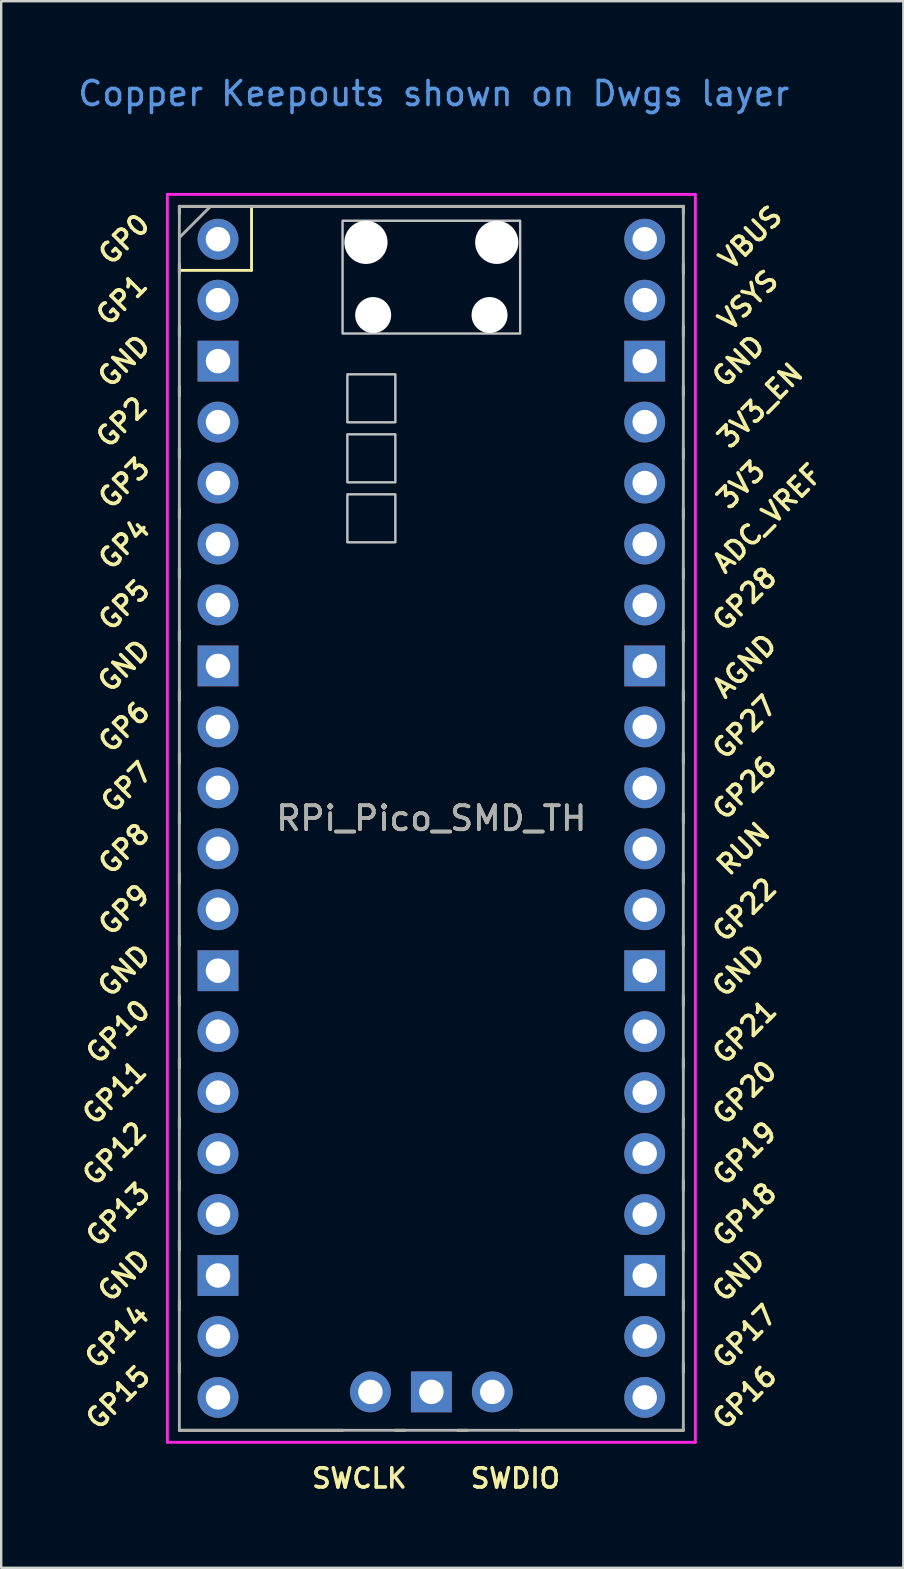
<source format=kicad_pcb>
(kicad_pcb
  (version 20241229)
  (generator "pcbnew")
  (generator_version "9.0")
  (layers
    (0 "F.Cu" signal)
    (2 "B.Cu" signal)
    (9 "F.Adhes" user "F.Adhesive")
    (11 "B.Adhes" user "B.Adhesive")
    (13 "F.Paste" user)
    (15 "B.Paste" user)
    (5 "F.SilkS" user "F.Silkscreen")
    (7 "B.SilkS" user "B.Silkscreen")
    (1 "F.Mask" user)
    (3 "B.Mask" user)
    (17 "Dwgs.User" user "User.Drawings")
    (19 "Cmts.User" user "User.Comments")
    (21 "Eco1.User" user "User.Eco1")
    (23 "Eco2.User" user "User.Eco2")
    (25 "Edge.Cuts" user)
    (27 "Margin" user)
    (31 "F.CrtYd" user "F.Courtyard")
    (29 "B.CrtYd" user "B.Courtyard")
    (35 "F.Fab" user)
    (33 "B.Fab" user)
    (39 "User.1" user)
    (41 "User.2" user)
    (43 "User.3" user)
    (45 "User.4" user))
  (footprint "RPi_Pico_SMD_TH"
    (layer "F.Cu")
    (at 14.924 31.048)
    (property "Reference" "RPi_Pico_SMD_TH" (at 0 0 0) (layer "F.SilkS") (effects (font (size 1 1) (thickness 0.15))))
    (attr through_hole)
    (fp_line (start -10.5 -25.5) (end -10.5 -25.2) (stroke (width 0.12) (type solid)) (layer "F.SilkS"))
    (fp_line (start -10.5 -25.5) (end 10.5 -25.5) (stroke (width 0.12) (type solid)) (layer "F.SilkS"))
    (fp_line (start -10.5 -23.1) (end -10.5 -22.7) (stroke (width 0.12) (type solid)) (layer "F.SilkS"))
    (fp_line (start -10.5 -22.833) (end -7.493 -22.833) (stroke (width 0.12) (type solid)) (layer "F.SilkS"))
    (fp_line (start -10.5 -20.5) (end -10.5 -20.1) (stroke (width 0.12) (type solid)) (layer "F.SilkS"))
    (fp_line (start -10.5 -18) (end -10.5 -17.6) (stroke (width 0.12) (type solid)) (layer "F.SilkS"))
    (fp_line (start -10.5 -15.4) (end -10.5 -15) (stroke (width 0.12) (type solid)) (layer "F.SilkS"))
    (fp_line (start -10.5 -12.9) (end -10.5 -12.5) (stroke (width 0.12) (type solid)) (layer "F.SilkS"))
    (fp_line (start -10.5 -10.4) (end -10.5 -10) (stroke (width 0.12) (type solid)) (layer "F.SilkS"))
    (fp_line (start -10.5 -7.8) (end -10.5 -7.4) (stroke (width 0.12) (type solid)) (layer "F.SilkS"))
    (fp_line (start -10.5 -5.3) (end -10.5 -4.9) (stroke (width 0.12) (type solid)) (layer "F.SilkS"))
    (fp_line (start -10.5 -2.7) (end -10.5 -2.3) (stroke (width 0.12) (type solid)) (layer "F.SilkS"))
    (fp_line (start -10.5 -0.2) (end -10.5 0.2) (stroke (width 0.12) (type solid)) (layer "F.SilkS"))
    (fp_line (start -10.5 2.3) (end -10.5 2.7) (stroke (width 0.12) (type solid)) (layer "F.SilkS"))
    (fp_line (start -10.5 4.9) (end -10.5 5.3) (stroke (width 0.12) (type solid)) (layer "F.SilkS"))
    (fp_line (start -10.5 7.4) (end -10.5 7.8) (stroke (width 0.12) (type solid)) (layer "F.SilkS"))
    (fp_line (start -10.5 10) (end -10.5 10.4) (stroke (width 0.12) (type solid)) (layer "F.SilkS"))
    (fp_line (start -10.5 12.5) (end -10.5 12.9) (stroke (width 0.12) (type solid)) (layer "F.SilkS"))
    (fp_line (start -10.5 15.1) (end -10.5 15.5) (stroke (width 0.12) (type solid)) (layer "F.SilkS"))
    (fp_line (start -10.5 17.6) (end -10.5 18) (stroke (width 0.12) (type solid)) (layer "F.SilkS"))
    (fp_line (start -10.5 20.1) (end -10.5 20.5) (stroke (width 0.12) (type solid)) (layer "F.SilkS"))
    (fp_line (start -10.5 22.7) (end -10.5 23.1) (stroke (width 0.12) (type solid)) (layer "F.SilkS"))
    (fp_line (start -7.493 -22.833) (end -7.493 -25.5) (stroke (width 0.12) (type solid)) (layer "F.SilkS"))
    (fp_line (start -3.7 25.5) (end -10.5 25.5) (stroke (width 0.12) (type solid)) (layer "F.SilkS"))
    (fp_line (start -1.5 25.5) (end -1.1 25.5) (stroke (width 0.12) (type solid)) (layer "F.SilkS"))
    (fp_line (start 1.1 25.5) (end 1.5 25.5) (stroke (width 0.12) (type solid)) (layer "F.SilkS"))
    (fp_line (start 10.5 -25.5) (end 10.5 -25.2) (stroke (width 0.12) (type solid)) (layer "F.SilkS"))
    (fp_line (start 10.5 -23.1) (end 10.5 -22.7) (stroke (width 0.12) (type solid)) (layer "F.SilkS"))
    (fp_line (start 10.5 -20.5) (end 10.5 -20.1) (stroke (width 0.12) (type solid)) (layer "F.SilkS"))
    (fp_line (start 10.5 -18) (end 10.5 -17.6) (stroke (width 0.12) (type solid)) (layer "F.SilkS"))
    (fp_line (start 10.5 -15.4) (end 10.5 -15) (stroke (width 0.12) (type solid)) (layer "F.SilkS"))
    (fp_line (start 10.5 -12.9) (end 10.5 -12.5) (stroke (width 0.12) (type solid)) (layer "F.SilkS"))
    (fp_line (start 10.5 -10.4) (end 10.5 -10) (stroke (width 0.12) (type solid)) (layer "F.SilkS"))
    (fp_line (start 10.5 -7.8) (end 10.5 -7.4) (stroke (width 0.12) (type solid)) (layer "F.SilkS"))
    (fp_line (start 10.5 -5.3) (end 10.5 -4.9) (stroke (width 0.12) (type solid)) (layer "F.SilkS"))
    (fp_line (start 10.5 -2.7) (end 10.5 -2.3) (stroke (width 0.12) (type solid)) (layer "F.SilkS"))
    (fp_line (start 10.5 -0.2) (end 10.5 0.2) (stroke (width 0.12) (type solid)) (layer "F.SilkS"))
    (fp_line (start 10.5 2.3) (end 10.5 2.7) (stroke (width 0.12) (type solid)) (layer "F.SilkS"))
    (fp_line (start 10.5 4.9) (end 10.5 5.3) (stroke (width 0.12) (type solid)) (layer "F.SilkS"))
    (fp_line (start 10.5 7.4) (end 10.5 7.8) (stroke (width 0.12) (type solid)) (layer "F.SilkS"))
    (fp_line (start 10.5 10) (end 10.5 10.4) (stroke (width 0.12) (type solid)) (layer "F.SilkS"))
    (fp_line (start 10.5 12.5) (end 10.5 12.9) (stroke (width 0.12) (type solid)) (layer "F.SilkS"))
    (fp_line (start 10.5 15.1) (end 10.5 15.5) (stroke (width 0.12) (type solid)) (layer "F.SilkS"))
    (fp_line (start 10.5 17.6) (end 10.5 18) (stroke (width 0.12) (type solid)) (layer "F.SilkS"))
    (fp_line (start 10.5 20.1) (end 10.5 20.5) (stroke (width 0.12) (type solid)) (layer "F.SilkS"))
    (fp_line (start 10.5 22.7) (end 10.5 23.1) (stroke (width 0.12) (type solid)) (layer "F.SilkS"))
    (fp_line (start 10.5 25.5) (end 3.7 25.5) (stroke (width 0.12) (type solid)) (layer "F.SilkS"))
    (fp_poly (pts (xy -1.5 -16.5) (xy -3.5 -16.5) (xy -3.5 -18.5) (xy -1.5 -18.5)) (stroke (width 0.1) (type solid)) (fill no) (layer "Dwgs.User"))
    (fp_poly (pts (xy -1.5 -14) (xy -3.5 -14) (xy -3.5 -16) (xy -1.5 -16)) (stroke (width 0.1) (type solid)) (fill no) (layer "Dwgs.User"))
    (fp_poly (pts (xy -1.5 -11.5) (xy -3.5 -11.5) (xy -3.5 -13.5) (xy -1.5 -13.5)) (stroke (width 0.1) (type solid)) (fill no) (layer "Dwgs.User"))
    (fp_poly (pts (xy 3.7 -20.2) (xy -3.7 -20.2) (xy -3.7 -24.9) (xy 3.7 -24.9)) (stroke (width 0.1) (type solid)) (fill no) (layer "Dwgs.User"))
    (fp_line (start -11 -26) (end -11 26) (stroke (width 0.12) (type solid)) (layer "F.CrtYd"))
    (fp_line (start -11 -26) (end 11 -26) (stroke (width 0.12) (type solid)) (layer "F.CrtYd"))
    (fp_line (start -11 26) (end 11 26) (stroke (width 0.12) (type solid)) (layer "F.CrtYd"))
    (fp_line (start 11 -26) (end 11 26) (stroke (width 0.12) (type solid)) (layer "F.CrtYd"))
    (fp_line (start -10.5 -25.5) (end 10.5 -25.5) (stroke (width 0.12) (type solid)) (layer "F.Fab"))
    (fp_line (start -10.5 -24.2) (end -9.2 -25.5) (stroke (width 0.12) (type solid)) (layer "F.Fab"))
    (fp_line (start -10.5 25.5) (end -10.5 -25.5) (stroke (width 0.12) (type solid)) (layer "F.Fab"))
    (fp_line (start 10.5 -25.5) (end 10.5 25.5) (stroke (width 0.12) (type solid)) (layer "F.Fab"))
    (fp_line (start 10.5 25.5) (end -10.5 25.5) (stroke (width 0.12) (type solid)) (layer "F.Fab"))
    (fp_text user "GND" (at 12.8 6.35 45) (layer "F.SilkS") (effects (font (size 0.8 0.8) (thickness 0.15))))
    (fp_text user "GP27" (at 13.054 -3.8 45) (layer "F.SilkS") (effects (font (size 0.8 0.8) (thickness 0.15))))
    (fp_text user "GND" (at 12.8 -19.05 45) (layer "F.SilkS") (effects (font (size 0.8 0.8) (thickness 0.15))))
    (fp_text user "3V3" (at 12.9 -13.9 45) (layer "F.SilkS") (effects (font (size 0.8 0.8) (thickness 0.15))))
    (fp_text user "GND" (at 12.8 19.05 45) (layer "F.SilkS") (effects (font (size 0.8 0.8) (thickness 0.15))))
    (fp_text user "SWDIO" (at 3.5 27.5 0) (layer "F.SilkS") (effects (font (size 0.8 0.8) (thickness 0.15))))
    (fp_text user "GP16" (at 13.054 24.13 45) (layer "F.SilkS") (effects (font (size 0.8 0.8) (thickness 0.15))))
    (fp_text user "GP21" (at 13.054 8.9 45) (layer "F.SilkS") (effects (font (size 0.8 0.8) (thickness 0.15))))
    (fp_text user "GP26" (at 13.054 -1.27 45) (layer "F.SilkS") (effects (font (size 0.8 0.8) (thickness 0.15))))
    (fp_text user "GND" (at -12.8 6.35 45) (layer "F.SilkS") (effects (font (size 0.8 0.8) (thickness 0.15))))
    (fp_text user "VSYS" (at 13.2 -21.59 45) (layer "F.SilkS") (effects (font (size 0.8 0.8) (thickness 0.15))))
    (fp_text user "GND" (at -12.8 -6.35 45) (layer "F.SilkS") (effects (font (size 0.8 0.8) (thickness 0.15))))
    (fp_text user "3V3_EN" (at 13.7 -17.2 45) (layer "F.SilkS") (effects (font (size 0.8 0.8) (thickness 0.15))))
    (fp_text user "GP4" (at -12.8 -11.43 45) (layer "F.SilkS") (effects (font (size 0.8 0.8) (thickness 0.15))))
    (fp_text user "VBUS" (at 13.3 -24.2 45) (layer "F.SilkS") (effects (font (size 0.8 0.8) (thickness 0.15))))
    (fp_text user "GP13" (at -13.054 16.51 45) (layer "F.SilkS") (effects (font (size 0.8 0.8) (thickness 0.15))))
    (fp_text user "GP28" (at 13.054 -9.144 45) (layer "F.SilkS") (effects (font (size 0.8 0.8) (thickness 0.15))))
    (fp_text user "GP18" (at 13.054 16.51 45) (layer "F.SilkS") (effects (font (size 0.8 0.8) (thickness 0.15))))
    (fp_text user "RUN" (at 13 1.27 45) (layer "F.SilkS") (effects (font (size 0.8 0.8) (thickness 0.15))))
    (fp_text user "GP8" (at -12.8 1.27 45) (layer "F.SilkS") (effects (font (size 0.8 0.8) (thickness 0.15))))
    (fp_text user "GP12" (at -13.2 13.97 45) (layer "F.SilkS") (effects (font (size 0.8 0.8) (thickness 0.15))))
    (fp_text user "GP5" (at -12.8 -8.89 45) (layer "F.SilkS") (effects (font (size 0.8 0.8) (thickness 0.15))))
    (fp_text user "AGND" (at 13.054 -6.35 45) (layer "F.SilkS") (effects (font (size 0.8 0.8) (thickness 0.15))))
    (fp_text user "GP1" (at -12.9 -21.6 45) (layer "F.SilkS") (effects (font (size 0.8 0.8) (thickness 0.15))))
    (fp_text user "GP22" (at 13.054 3.81 45) (layer "F.SilkS") (effects (font (size 0.8 0.8) (thickness 0.15))))
    (fp_text user "GP14" (at -13.1 21.59 45) (layer "F.SilkS") (effects (font (size 0.8 0.8) (thickness 0.15))))
    (fp_text user "GND" (at -12.8 -19.05 45) (layer "F.SilkS") (effects (font (size 0.8 0.8) (thickness 0.15))))
    (fp_text user "GP10" (at -13.054 8.89 45) (layer "F.SilkS") (effects (font (size 0.8 0.8) (thickness 0.15))))
    (fp_text user "ADC_VREF" (at 14 -12.5 45) (layer "F.SilkS") (effects (font (size 0.8 0.8) (thickness 0.15))))
    (fp_text user "GP2" (at -12.9 -16.51 45) (layer "F.SilkS") (effects (font (size 0.8 0.8) (thickness 0.15))))
    (fp_text user "GP17" (at 13.054 21.59 45) (layer "F.SilkS") (effects (font (size 0.8 0.8) (thickness 0.15))))
    (fp_text user "GP20" (at 13.054 11.43 45) (layer "F.SilkS") (effects (font (size 0.8 0.8) (thickness 0.15))))
    (fp_text user "GND" (at -12.8 19.05 45) (layer "F.SilkS") (effects (font (size 0.8 0.8) (thickness 0.15))))
    (fp_text user "GP7" (at -12.7 -1.3 45) (layer "F.SilkS") (effects (font (size 0.8 0.8) (thickness 0.15))))
    (fp_text user "GP6" (at -12.8 -3.81 45) (layer "F.SilkS") (effects (font (size 0.8 0.8) (thickness 0.15))))
    (fp_text user "GP11" (at -13.2 11.43 45) (layer "F.SilkS") (effects (font (size 0.8 0.8) (thickness 0.15))))
    (fp_text user "GP3" (at -12.8 -13.97 45) (layer "F.SilkS") (effects (font (size 0.8 0.8) (thickness 0.15))))
    (fp_text user "GP0" (at -12.8 -24.13 45) (layer "F.SilkS") (effects (font (size 0.8 0.8) (thickness 0.15))))
    (fp_text user "GP19" (at 13.054 13.97 45) (layer "F.SilkS") (effects (font (size 0.8 0.8) (thickness 0.15))))
    (fp_text user "GP9" (at -12.8 3.81 45) (layer "F.SilkS") (effects (font (size 0.8 0.8) (thickness 0.15))))
    (fp_text user "SWCLK" (at -3 27.5 0) (layer "F.SilkS") (effects (font (size 0.8 0.8) (thickness 0.15))))
    (fp_text user "GP15" (at -13.054 24.13 45) (layer "F.SilkS") (effects (font (size 0.8 0.8) (thickness 0.15))))
    (fp_text user "Copper Keepouts shown on Dwgs layer" (at 0.1 -30.2 0) (layer "Cmts.User") (effects (font (size 1 1) (thickness 0.15))))
    (fp_text user "${REFERENCE}" (at 0 0 180) (layer "F.Fab") (effects (font (size 1 1) (thickness 0.15))))
    (pad "" np_thru_hole oval (at -2.725 -24) (size 1.8 1.8) (drill 1.8) (layers "*.Cu" "*.Mask"))
    (pad "" np_thru_hole oval (at -2.425 -20.97) (size 1.5 1.5) (drill 1.5) (layers "*.Cu" "*.Mask"))
    (pad "" np_thru_hole oval (at 2.425 -20.97) (size 1.5 1.5) (drill 1.5) (layers "*.Cu" "*.Mask"))
    (pad "" np_thru_hole oval (at 2.725 -24) (size 1.8 1.8) (drill 1.8) (layers "*.Cu" "*.Mask"))
    (pad "1" thru_hole oval (at -8.89 -24.13) (size 1.7 1.7) (drill 1.02) (layers "*.Cu" "*.Mask"))
    (pad "2" thru_hole oval (at -8.89 -21.59) (size 1.7 1.7) (drill 1.02) (layers "*.Cu" "*.Mask"))
    (pad "3" thru_hole rect (at -8.89 -19.05) (size 1.7 1.7) (drill 1.02) (layers "*.Cu" "*.Mask"))
    (pad "4" thru_hole oval (at -8.89 -16.51) (size 1.7 1.7) (drill 1.02) (layers "*.Cu" "*.Mask"))
    (pad "5" thru_hole oval (at -8.89 -13.97) (size 1.7 1.7) (drill 1.02) (layers "*.Cu" "*.Mask"))
    (pad "6" thru_hole oval (at -8.89 -11.43) (size 1.7 1.7) (drill 1.02) (layers "*.Cu" "*.Mask"))
    (pad "7" thru_hole oval (at -8.89 -8.89) (size 1.7 1.7) (drill 1.02) (layers "*.Cu" "*.Mask"))
    (pad "8" thru_hole rect (at -8.89 -6.35) (size 1.7 1.7) (drill 1.02) (layers "*.Cu" "*.Mask"))
    (pad "9" thru_hole oval (at -8.89 -3.81) (size 1.7 1.7) (drill 1.02) (layers "*.Cu" "*.Mask"))
    (pad "10" thru_hole oval (at -8.89 -1.27) (size 1.7 1.7) (drill 1.02) (layers "*.Cu" "*.Mask"))
    (pad "11" thru_hole oval (at -8.89 1.27) (size 1.7 1.7) (drill 1.02) (layers "*.Cu" "*.Mask"))
    (pad "12" thru_hole oval (at -8.89 3.81) (size 1.7 1.7) (drill 1.02) (layers "*.Cu" "*.Mask"))
    (pad "13" thru_hole rect (at -8.89 6.35) (size 1.7 1.7) (drill 1.02) (layers "*.Cu" "*.Mask"))
    (pad "14" thru_hole oval (at -8.89 8.89) (size 1.7 1.7) (drill 1.02) (layers "*.Cu" "*.Mask"))
    (pad "15" thru_hole oval (at -8.89 11.43) (size 1.7 1.7) (drill 1.02) (layers "*.Cu" "*.Mask"))
    (pad "16" thru_hole oval (at -8.89 13.97) (size 1.7 1.7) (drill 1.02) (layers "*.Cu" "*.Mask"))
    (pad "17" thru_hole oval (at -8.89 16.51) (size 1.7 1.7) (drill 1.02) (layers "*.Cu" "*.Mask"))
    (pad "18" thru_hole rect (at -8.89 19.05) (size 1.7 1.7) (drill 1.02) (layers "*.Cu" "*.Mask"))
    (pad "19" thru_hole oval (at -8.89 21.59) (size 1.7 1.7) (drill 1.02) (layers "*.Cu" "*.Mask"))
    (pad "20" thru_hole oval (at -8.89 24.13) (size 1.7 1.7) (drill 1.02) (layers "*.Cu" "*.Mask"))
    (pad "21" thru_hole oval (at 8.89 24.13) (size 1.7 1.7) (drill 1.02) (layers "*.Cu" "*.Mask"))
    (pad "22" thru_hole oval (at 8.89 21.59) (size 1.7 1.7) (drill 1.02) (layers "*.Cu" "*.Mask"))
    (pad "23" thru_hole rect (at 8.89 19.05) (size 1.7 1.7) (drill 1.02) (layers "*.Cu" "*.Mask"))
    (pad "24" thru_hole oval (at 8.89 16.51) (size 1.7 1.7) (drill 1.02) (layers "*.Cu" "*.Mask"))
    (pad "25" thru_hole oval (at 8.89 13.97) (size 1.7 1.7) (drill 1.02) (layers "*.Cu" "*.Mask"))
    (pad "26" thru_hole oval (at 8.89 11.43) (size 1.7 1.7) (drill 1.02) (layers "*.Cu" "*.Mask"))
    (pad "27" thru_hole oval (at 8.89 8.89) (size 1.7 1.7) (drill 1.02) (layers "*.Cu" "*.Mask"))
    (pad "28" thru_hole rect (at 8.89 6.35) (size 1.7 1.7) (drill 1.02) (layers "*.Cu" "*.Mask"))
    (pad "29" thru_hole oval (at 8.89 3.81) (size 1.7 1.7) (drill 1.02) (layers "*.Cu" "*.Mask"))
    (pad "30" thru_hole oval (at 8.89 1.27) (size 1.7 1.7) (drill 1.02) (layers "*.Cu" "*.Mask"))
    (pad "31" thru_hole oval (at 8.89 -1.27) (size 1.7 1.7) (drill 1.02) (layers "*.Cu" "*.Mask"))
    (pad "32" thru_hole oval (at 8.89 -3.81) (size 1.7 1.7) (drill 1.02) (layers "*.Cu" "*.Mask"))
    (pad "33" thru_hole rect (at 8.89 -6.35) (size 1.7 1.7) (drill 1.02) (layers "*.Cu" "*.Mask"))
    (pad "34" thru_hole oval (at 8.89 -8.89) (size 1.7 1.7) (drill 1.02) (layers "*.Cu" "*.Mask"))
    (pad "35" thru_hole oval (at 8.89 -11.43) (size 1.7 1.7) (drill 1.02) (layers "*.Cu" "*.Mask"))
    (pad "36" thru_hole oval (at 8.89 -13.97) (size 1.7 1.7) (drill 1.02) (layers "*.Cu" "*.Mask"))
    (pad "37" thru_hole oval (at 8.89 -16.51) (size 1.7 1.7) (drill 1.02) (layers "*.Cu" "*.Mask"))
    (pad "38" thru_hole rect (at 8.89 -19.05) (size 1.7 1.7) (drill 1.02) (layers "*.Cu" "*.Mask"))
    (pad "39" thru_hole oval (at 8.89 -21.59) (size 1.7 1.7) (drill 1.02) (layers "*.Cu" "*.Mask"))
    (pad "40" thru_hole oval (at 8.89 -24.13) (size 1.7 1.7) (drill 1.02) (layers "*.Cu" "*.Mask"))
    (pad "41" thru_hole oval (at -2.54 23.9) (size 1.7 1.7) (drill 1.02) (layers "*.Cu" "*.Mask"))
    (pad "42" thru_hole rect (at 0 23.9) (size 1.7 1.7) (drill 1.02) (layers "*.Cu" "*.Mask"))
    (pad "43" thru_hole oval (at 2.54 23.9) (size 1.7 1.7) (drill 1.02) (layers "*.Cu" "*.Mask")))
  (gr_rect
    (start -3 -3)
    (end 34.591 62.279)
    (stroke (width 0.1) (type default))
    (fill no)
    (layer "Edge.Cuts")))
</source>
